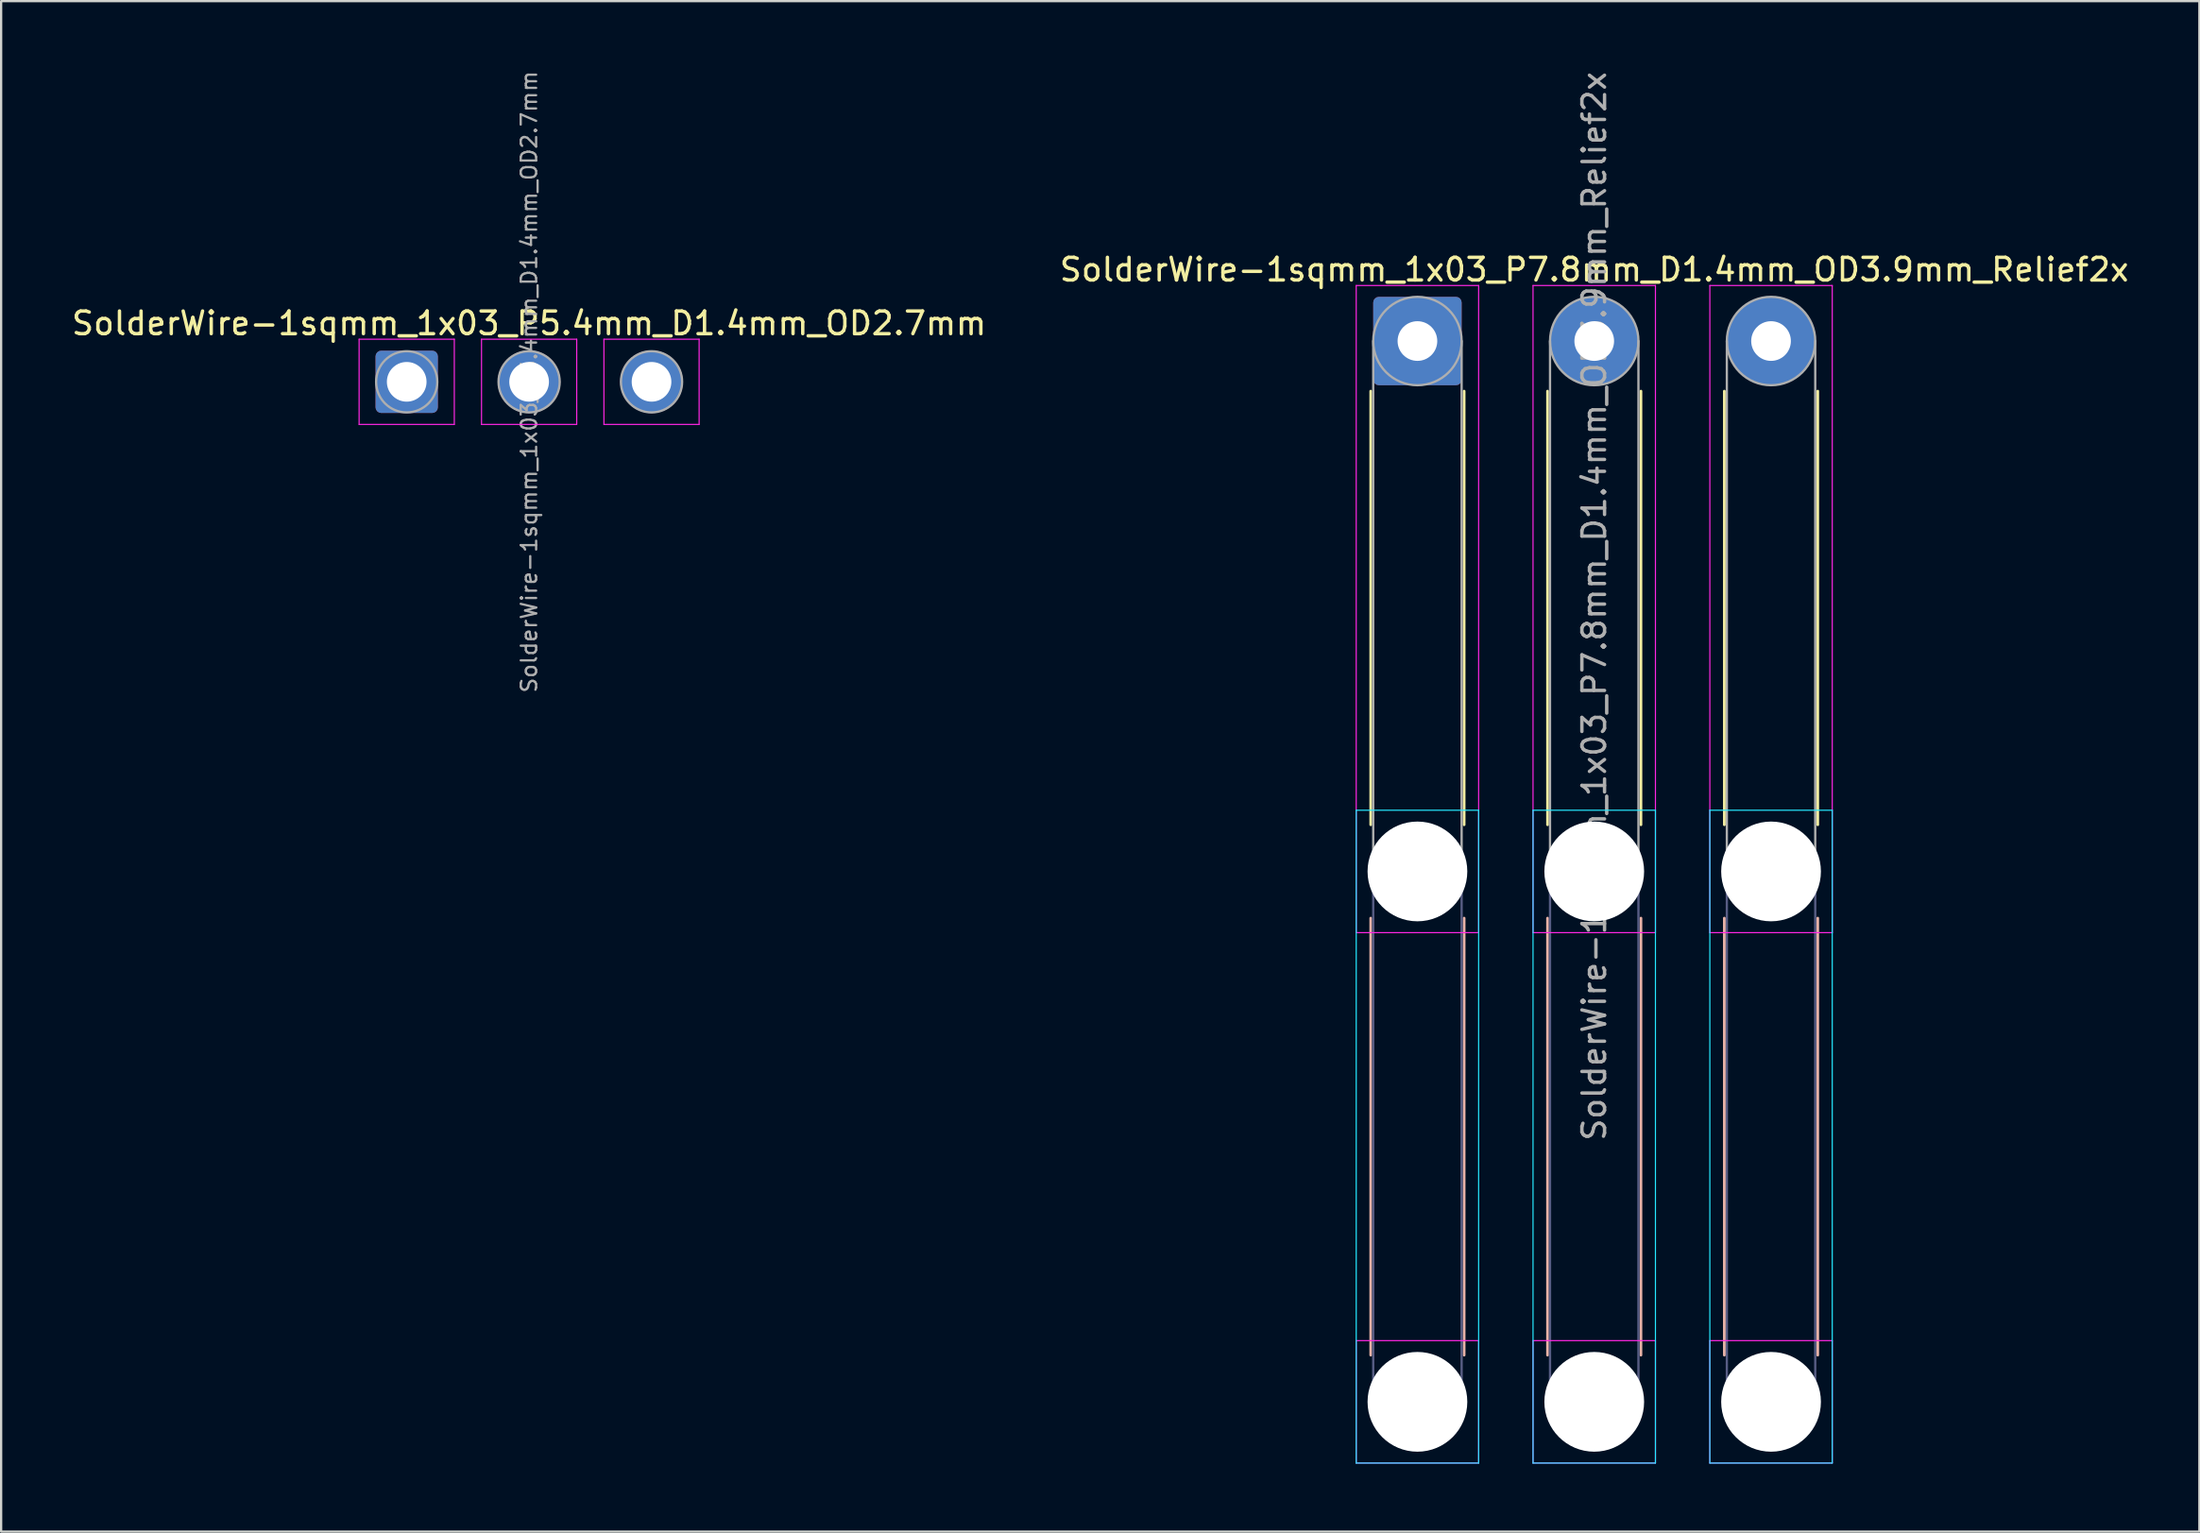
<source format=kicad_pcb>
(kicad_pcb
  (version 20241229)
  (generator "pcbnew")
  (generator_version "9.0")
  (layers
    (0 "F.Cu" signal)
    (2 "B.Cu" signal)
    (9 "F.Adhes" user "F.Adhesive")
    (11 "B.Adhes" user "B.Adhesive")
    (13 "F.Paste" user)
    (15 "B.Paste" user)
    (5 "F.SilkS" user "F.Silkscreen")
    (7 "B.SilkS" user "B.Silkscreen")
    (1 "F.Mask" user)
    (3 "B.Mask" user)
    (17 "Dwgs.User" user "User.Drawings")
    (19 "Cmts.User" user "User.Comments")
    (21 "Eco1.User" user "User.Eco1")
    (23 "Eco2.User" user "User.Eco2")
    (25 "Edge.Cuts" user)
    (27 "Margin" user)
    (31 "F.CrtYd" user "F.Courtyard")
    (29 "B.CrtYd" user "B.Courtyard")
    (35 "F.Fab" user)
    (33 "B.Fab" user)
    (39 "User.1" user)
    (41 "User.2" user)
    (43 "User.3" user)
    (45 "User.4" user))
  (footprint "SolderWire-1sqmm_1x03_P7.8mm_D1.4mm_OD3.9mm_Relief2x"
    (layer "F.Cu")
    (at 59.48 11.996)
    (property "Reference" "SolderWire-1sqmm_1x03_P7.8mm_D1.4mm_OD3.9mm_Relief2x" (at 7.8 -3.15 0) (layer "F.SilkS") (effects (font (size 1 1) (thickness 0.15))))
    (attr exclude_from_pos_files exclude_from_bom)
    (fp_line (start -2.06 2.21) (end -2.06 21.34) (stroke (width 0.12) (type solid)) (layer "F.SilkS"))
    (fp_line (start 2.06 2.21) (end 2.06 21.34) (stroke (width 0.12) (type solid)) (layer "F.SilkS"))
    (fp_line (start 5.74 2.21) (end 5.74 21.34) (stroke (width 0.12) (type solid)) (layer "F.SilkS"))
    (fp_line (start 9.86 2.21) (end 9.86 21.34) (stroke (width 0.12) (type solid)) (layer "F.SilkS"))
    (fp_line (start 13.54 2.21) (end 13.54 21.34) (stroke (width 0.12) (type solid)) (layer "F.SilkS"))
    (fp_line (start 17.66 2.21) (end 17.66 21.34) (stroke (width 0.12) (type solid)) (layer "F.SilkS"))
    (fp_line (start -2.06 25.46) (end -2.06 44.74) (stroke (width 0.12) (type solid)) (layer "B.SilkS"))
    (fp_line (start 2.06 25.46) (end 2.06 44.74) (stroke (width 0.12) (type solid)) (layer "B.SilkS"))
    (fp_line (start 5.74 25.46) (end 5.74 44.74) (stroke (width 0.12) (type solid)) (layer "B.SilkS"))
    (fp_line (start 9.86 25.46) (end 9.86 44.74) (stroke (width 0.12) (type solid)) (layer "B.SilkS"))
    (fp_line (start 13.54 25.46) (end 13.54 44.74) (stroke (width 0.12) (type solid)) (layer "B.SilkS"))
    (fp_line (start 17.66 25.46) (end 17.66 44.74) (stroke (width 0.12) (type solid)) (layer "B.SilkS"))
    (fp_line (start -2.7 20.7) (end -2.7 49.5) (stroke (width 0.05) (type solid)) (layer "B.CrtYd"))
    (fp_line (start -2.7 49.5) (end 2.7 49.5) (stroke (width 0.05) (type solid)) (layer "B.CrtYd"))
    (fp_line (start 2.7 20.7) (end -2.7 20.7) (stroke (width 0.05) (type solid)) (layer "B.CrtYd"))
    (fp_line (start 2.7 49.5) (end 2.7 20.7) (stroke (width 0.05) (type solid)) (layer "B.CrtYd"))
    (fp_line (start 5.1 20.7) (end 5.1 49.5) (stroke (width 0.05) (type solid)) (layer "B.CrtYd"))
    (fp_line (start 5.1 49.5) (end 10.5 49.5) (stroke (width 0.05) (type solid)) (layer "B.CrtYd"))
    (fp_line (start 10.5 20.7) (end 5.1 20.7) (stroke (width 0.05) (type solid)) (layer "B.CrtYd"))
    (fp_line (start 10.5 49.5) (end 10.5 20.7) (stroke (width 0.05) (type solid)) (layer "B.CrtYd"))
    (fp_line (start 12.9 20.7) (end 12.9 49.5) (stroke (width 0.05) (type solid)) (layer "B.CrtYd"))
    (fp_line (start 12.9 49.5) (end 18.3 49.5) (stroke (width 0.05) (type solid)) (layer "B.CrtYd"))
    (fp_line (start 18.3 20.7) (end 12.9 20.7) (stroke (width 0.05) (type solid)) (layer "B.CrtYd"))
    (fp_line (start 18.3 49.5) (end 18.3 20.7) (stroke (width 0.05) (type solid)) (layer "B.CrtYd"))
    (fp_line (start -2.7 -2.45) (end -2.7 26.1) (stroke (width 0.05) (type solid)) (layer "F.CrtYd"))
    (fp_line (start -2.7 26.1) (end 2.7 26.1) (stroke (width 0.05) (type solid)) (layer "F.CrtYd"))
    (fp_line (start -2.7 44.1) (end -2.7 49.5) (stroke (width 0.05) (type solid)) (layer "F.CrtYd"))
    (fp_line (start -2.7 49.5) (end 2.7 49.5) (stroke (width 0.05) (type solid)) (layer "F.CrtYd"))
    (fp_line (start 2.7 -2.45) (end -2.7 -2.45) (stroke (width 0.05) (type solid)) (layer "F.CrtYd"))
    (fp_line (start 2.7 26.1) (end 2.7 -2.45) (stroke (width 0.05) (type solid)) (layer "F.CrtYd"))
    (fp_line (start 2.7 44.1) (end -2.7 44.1) (stroke (width 0.05) (type solid)) (layer "F.CrtYd"))
    (fp_line (start 2.7 49.5) (end 2.7 44.1) (stroke (width 0.05) (type solid)) (layer "F.CrtYd"))
    (fp_line (start 5.1 -2.45) (end 5.1 26.1) (stroke (width 0.05) (type solid)) (layer "F.CrtYd"))
    (fp_line (start 5.1 26.1) (end 10.5 26.1) (stroke (width 0.05) (type solid)) (layer "F.CrtYd"))
    (fp_line (start 5.1 44.1) (end 5.1 49.5) (stroke (width 0.05) (type solid)) (layer "F.CrtYd"))
    (fp_line (start 5.1 49.5) (end 10.5 49.5) (stroke (width 0.05) (type solid)) (layer "F.CrtYd"))
    (fp_line (start 10.5 -2.45) (end 5.1 -2.45) (stroke (width 0.05) (type solid)) (layer "F.CrtYd"))
    (fp_line (start 10.5 26.1) (end 10.5 -2.45) (stroke (width 0.05) (type solid)) (layer "F.CrtYd"))
    (fp_line (start 10.5 44.1) (end 5.1 44.1) (stroke (width 0.05) (type solid)) (layer "F.CrtYd"))
    (fp_line (start 10.5 49.5) (end 10.5 44.1) (stroke (width 0.05) (type solid)) (layer "F.CrtYd"))
    (fp_line (start 12.9 -2.45) (end 12.9 26.1) (stroke (width 0.05) (type solid)) (layer "F.CrtYd"))
    (fp_line (start 12.9 26.1) (end 18.3 26.1) (stroke (width 0.05) (type solid)) (layer "F.CrtYd"))
    (fp_line (start 12.9 44.1) (end 12.9 49.5) (stroke (width 0.05) (type solid)) (layer "F.CrtYd"))
    (fp_line (start 12.9 49.5) (end 18.3 49.5) (stroke (width 0.05) (type solid)) (layer "F.CrtYd"))
    (fp_line (start 18.3 -2.45) (end 12.9 -2.45) (stroke (width 0.05) (type solid)) (layer "F.CrtYd"))
    (fp_line (start 18.3 26.1) (end 18.3 -2.45) (stroke (width 0.05) (type solid)) (layer "F.CrtYd"))
    (fp_line (start 18.3 44.1) (end 12.9 44.1) (stroke (width 0.05) (type solid)) (layer "F.CrtYd"))
    (fp_line (start 18.3 49.5) (end 18.3 44.1) (stroke (width 0.05) (type solid)) (layer "F.CrtYd"))
    (fp_line (start -1.95 23.4) (end -1.95 46.8) (stroke (width 0.1) (type solid)) (layer "B.Fab"))
    (fp_line (start 1.95 23.4) (end 1.95 46.8) (stroke (width 0.1) (type solid)) (layer "B.Fab"))
    (fp_line (start 5.85 23.4) (end 5.85 46.8) (stroke (width 0.1) (type solid)) (layer "B.Fab"))
    (fp_line (start 9.75 23.4) (end 9.75 46.8) (stroke (width 0.1) (type solid)) (layer "B.Fab"))
    (fp_line (start 13.65 23.4) (end 13.65 46.8) (stroke (width 0.1) (type solid)) (layer "B.Fab"))
    (fp_line (start 17.55 23.4) (end 17.55 46.8) (stroke (width 0.1) (type solid)) (layer "B.Fab"))
    (fp_circle (center 0 23.4) (end 1.95 23.4) (stroke (width 0.1) (type solid)) (fill no) (layer "B.Fab"))
    (fp_circle (center 0 46.8) (end 1.95 46.8) (stroke (width 0.1) (type solid)) (fill no) (layer "B.Fab"))
    (fp_circle (center 7.8 23.4) (end 9.75 23.4) (stroke (width 0.1) (type solid)) (fill no) (layer "B.Fab"))
    (fp_circle (center 7.8 46.8) (end 9.75 46.8) (stroke (width 0.1) (type solid)) (fill no) (layer "B.Fab"))
    (fp_circle (center 15.6 23.4) (end 17.55 23.4) (stroke (width 0.1) (type solid)) (fill no) (layer "B.Fab"))
    (fp_circle (center 15.6 46.8) (end 17.55 46.8) (stroke (width 0.1) (type solid)) (fill no) (layer "B.Fab"))
    (fp_line (start -1.95 0) (end -1.95 23.4) (stroke (width 0.1) (type solid)) (layer "F.Fab"))
    (fp_line (start 1.95 0) (end 1.95 23.4) (stroke (width 0.1) (type solid)) (layer "F.Fab"))
    (fp_line (start 5.85 0) (end 5.85 23.4) (stroke (width 0.1) (type solid)) (layer "F.Fab"))
    (fp_line (start 9.75 0) (end 9.75 23.4) (stroke (width 0.1) (type solid)) (layer "F.Fab"))
    (fp_line (start 13.65 0) (end 13.65 23.4) (stroke (width 0.1) (type solid)) (layer "F.Fab"))
    (fp_line (start 17.55 0) (end 17.55 23.4) (stroke (width 0.1) (type solid)) (layer "F.Fab"))
    (fp_circle (center 0 0) (end 1.95 0) (stroke (width 0.1) (type solid)) (fill no) (layer "F.Fab"))
    (fp_circle (center 0 23.4) (end 1.95 23.4) (stroke (width 0.1) (type solid)) (fill no) (layer "F.Fab"))
    (fp_circle (center 0 46.8) (end 1.95 46.8) (stroke (width 0.1) (type solid)) (fill no) (layer "F.Fab"))
    (fp_circle (center 7.8 0) (end 9.75 0) (stroke (width 0.1) (type solid)) (fill no) (layer "F.Fab"))
    (fp_circle (center 7.8 23.4) (end 9.75 23.4) (stroke (width 0.1) (type solid)) (fill no) (layer "F.Fab"))
    (fp_circle (center 7.8 46.8) (end 9.75 46.8) (stroke (width 0.1) (type solid)) (fill no) (layer "F.Fab"))
    (fp_circle (center 15.6 0) (end 17.55 0) (stroke (width 0.1) (type solid)) (fill no) (layer "F.Fab"))
    (fp_circle (center 15.6 23.4) (end 17.55 23.4) (stroke (width 0.1) (type solid)) (fill no) (layer "F.Fab"))
    (fp_circle (center 15.6 46.8) (end 17.55 46.8) (stroke (width 0.1) (type solid)) (fill no) (layer "F.Fab"))
    (fp_text user "${REFERENCE}" (at 7.8 11.7 90) (layer "F.Fab") (effects (font (size 1 1) (thickness 0.15))))
    (pad "" np_thru_hole circle (at 0 23.4) (size 4.4 4.4) (drill 4.4) (layers "*.Cu" "*.Mask"))
    (pad "" np_thru_hole circle (at 0 46.8) (size 4.4 4.4) (drill 4.4) (layers "*.Cu" "*.Mask"))
    (pad "" np_thru_hole circle (at 7.8 23.4) (size 4.4 4.4) (drill 4.4) (layers "*.Cu" "*.Mask"))
    (pad "" np_thru_hole circle (at 7.8 46.8) (size 4.4 4.4) (drill 4.4) (layers "*.Cu" "*.Mask"))
    (pad "" np_thru_hole circle (at 15.6 23.4) (size 4.4 4.4) (drill 4.4) (layers "*.Cu" "*.Mask"))
    (pad "" np_thru_hole circle (at 15.6 46.8) (size 4.4 4.4) (drill 4.4) (layers "*.Cu" "*.Mask"))
    (pad "1" thru_hole roundrect (at 0 0) (size 3.9 3.9) (drill 1.75) (layers "*.Cu" "*.Mask") (roundrect_rratio 0.064))
    (pad "2" thru_hole circle (at 7.8 0) (size 3.9 3.9) (drill 1.75) (layers "*.Cu" "*.Mask"))
    (pad "3" thru_hole circle (at 15.6 0) (size 3.9 3.9) (drill 1.75) (layers "*.Cu" "*.Mask")))
  (footprint "SolderWire-1sqmm_1x03_P5.4mm_D1.4mm_OD2.7mm"
    (layer "F.Cu")
    (at 14.892 13.795)
    (property "Reference" "SolderWire-1sqmm_1x03_P5.4mm_D1.4mm_OD2.7mm" (at 5.4 -2.58 0) (layer "F.SilkS") (effects (font (size 1 1) (thickness 0.15))))
    (attr exclude_from_pos_files exclude_from_bom)
    (fp_line (start -2.1 -1.88) (end -2.1 1.88) (stroke (width 0.05) (type solid)) (layer "F.CrtYd"))
    (fp_line (start -2.1 1.88) (end 2.1 1.88) (stroke (width 0.05) (type solid)) (layer "F.CrtYd"))
    (fp_line (start 2.1 -1.88) (end -2.1 -1.88) (stroke (width 0.05) (type solid)) (layer "F.CrtYd"))
    (fp_line (start 2.1 1.88) (end 2.1 -1.88) (stroke (width 0.05) (type solid)) (layer "F.CrtYd"))
    (fp_line (start 3.3 -1.88) (end 3.3 1.88) (stroke (width 0.05) (type solid)) (layer "F.CrtYd"))
    (fp_line (start 3.3 1.88) (end 7.5 1.88) (stroke (width 0.05) (type solid)) (layer "F.CrtYd"))
    (fp_line (start 7.5 -1.88) (end 3.3 -1.88) (stroke (width 0.05) (type solid)) (layer "F.CrtYd"))
    (fp_line (start 7.5 1.88) (end 7.5 -1.88) (stroke (width 0.05) (type solid)) (layer "F.CrtYd"))
    (fp_line (start 8.7 -1.88) (end 8.7 1.88) (stroke (width 0.05) (type solid)) (layer "F.CrtYd"))
    (fp_line (start 8.7 1.88) (end 12.9 1.88) (stroke (width 0.05) (type solid)) (layer "F.CrtYd"))
    (fp_line (start 12.9 -1.88) (end 8.7 -1.88) (stroke (width 0.05) (type solid)) (layer "F.CrtYd"))
    (fp_line (start 12.9 1.88) (end 12.9 -1.88) (stroke (width 0.05) (type solid)) (layer "F.CrtYd"))
    (fp_circle (center 0 0) (end 1.35 0) (stroke (width 0.1) (type solid)) (fill no) (layer "F.Fab"))
    (fp_circle (center 5.4 0) (end 6.75 0) (stroke (width 0.1) (type solid)) (fill no) (layer "F.Fab"))
    (fp_circle (center 10.8 0) (end 12.15 0) (stroke (width 0.1) (type solid)) (fill no) (layer "F.Fab"))
    (fp_text user "${REFERENCE}" (at 5.4 0 90) (layer "F.Fab") (effects (font (size 0.68 0.68) (thickness 0.1))))
    (pad "1" thru_hole roundrect (at 0 0) (size 2.75 2.75) (drill 1.75) (layers "*.Cu" "*.Mask") (roundrect_rratio 0.091))
    (pad "2" thru_hole circle (at 5.4 0) (size 2.75 2.75) (drill 1.75) (layers "*.Cu" "*.Mask"))
    (pad "3" thru_hole circle (at 10.8 0) (size 2.75 2.75) (drill 1.75) (layers "*.Cu" "*.Mask")))
  (gr_rect
    (start -3 -3)
    (end 93.976 64.521)
    (stroke (width 0.1) (type default))
    (fill no)
    (layer "Edge.Cuts")))
</source>
